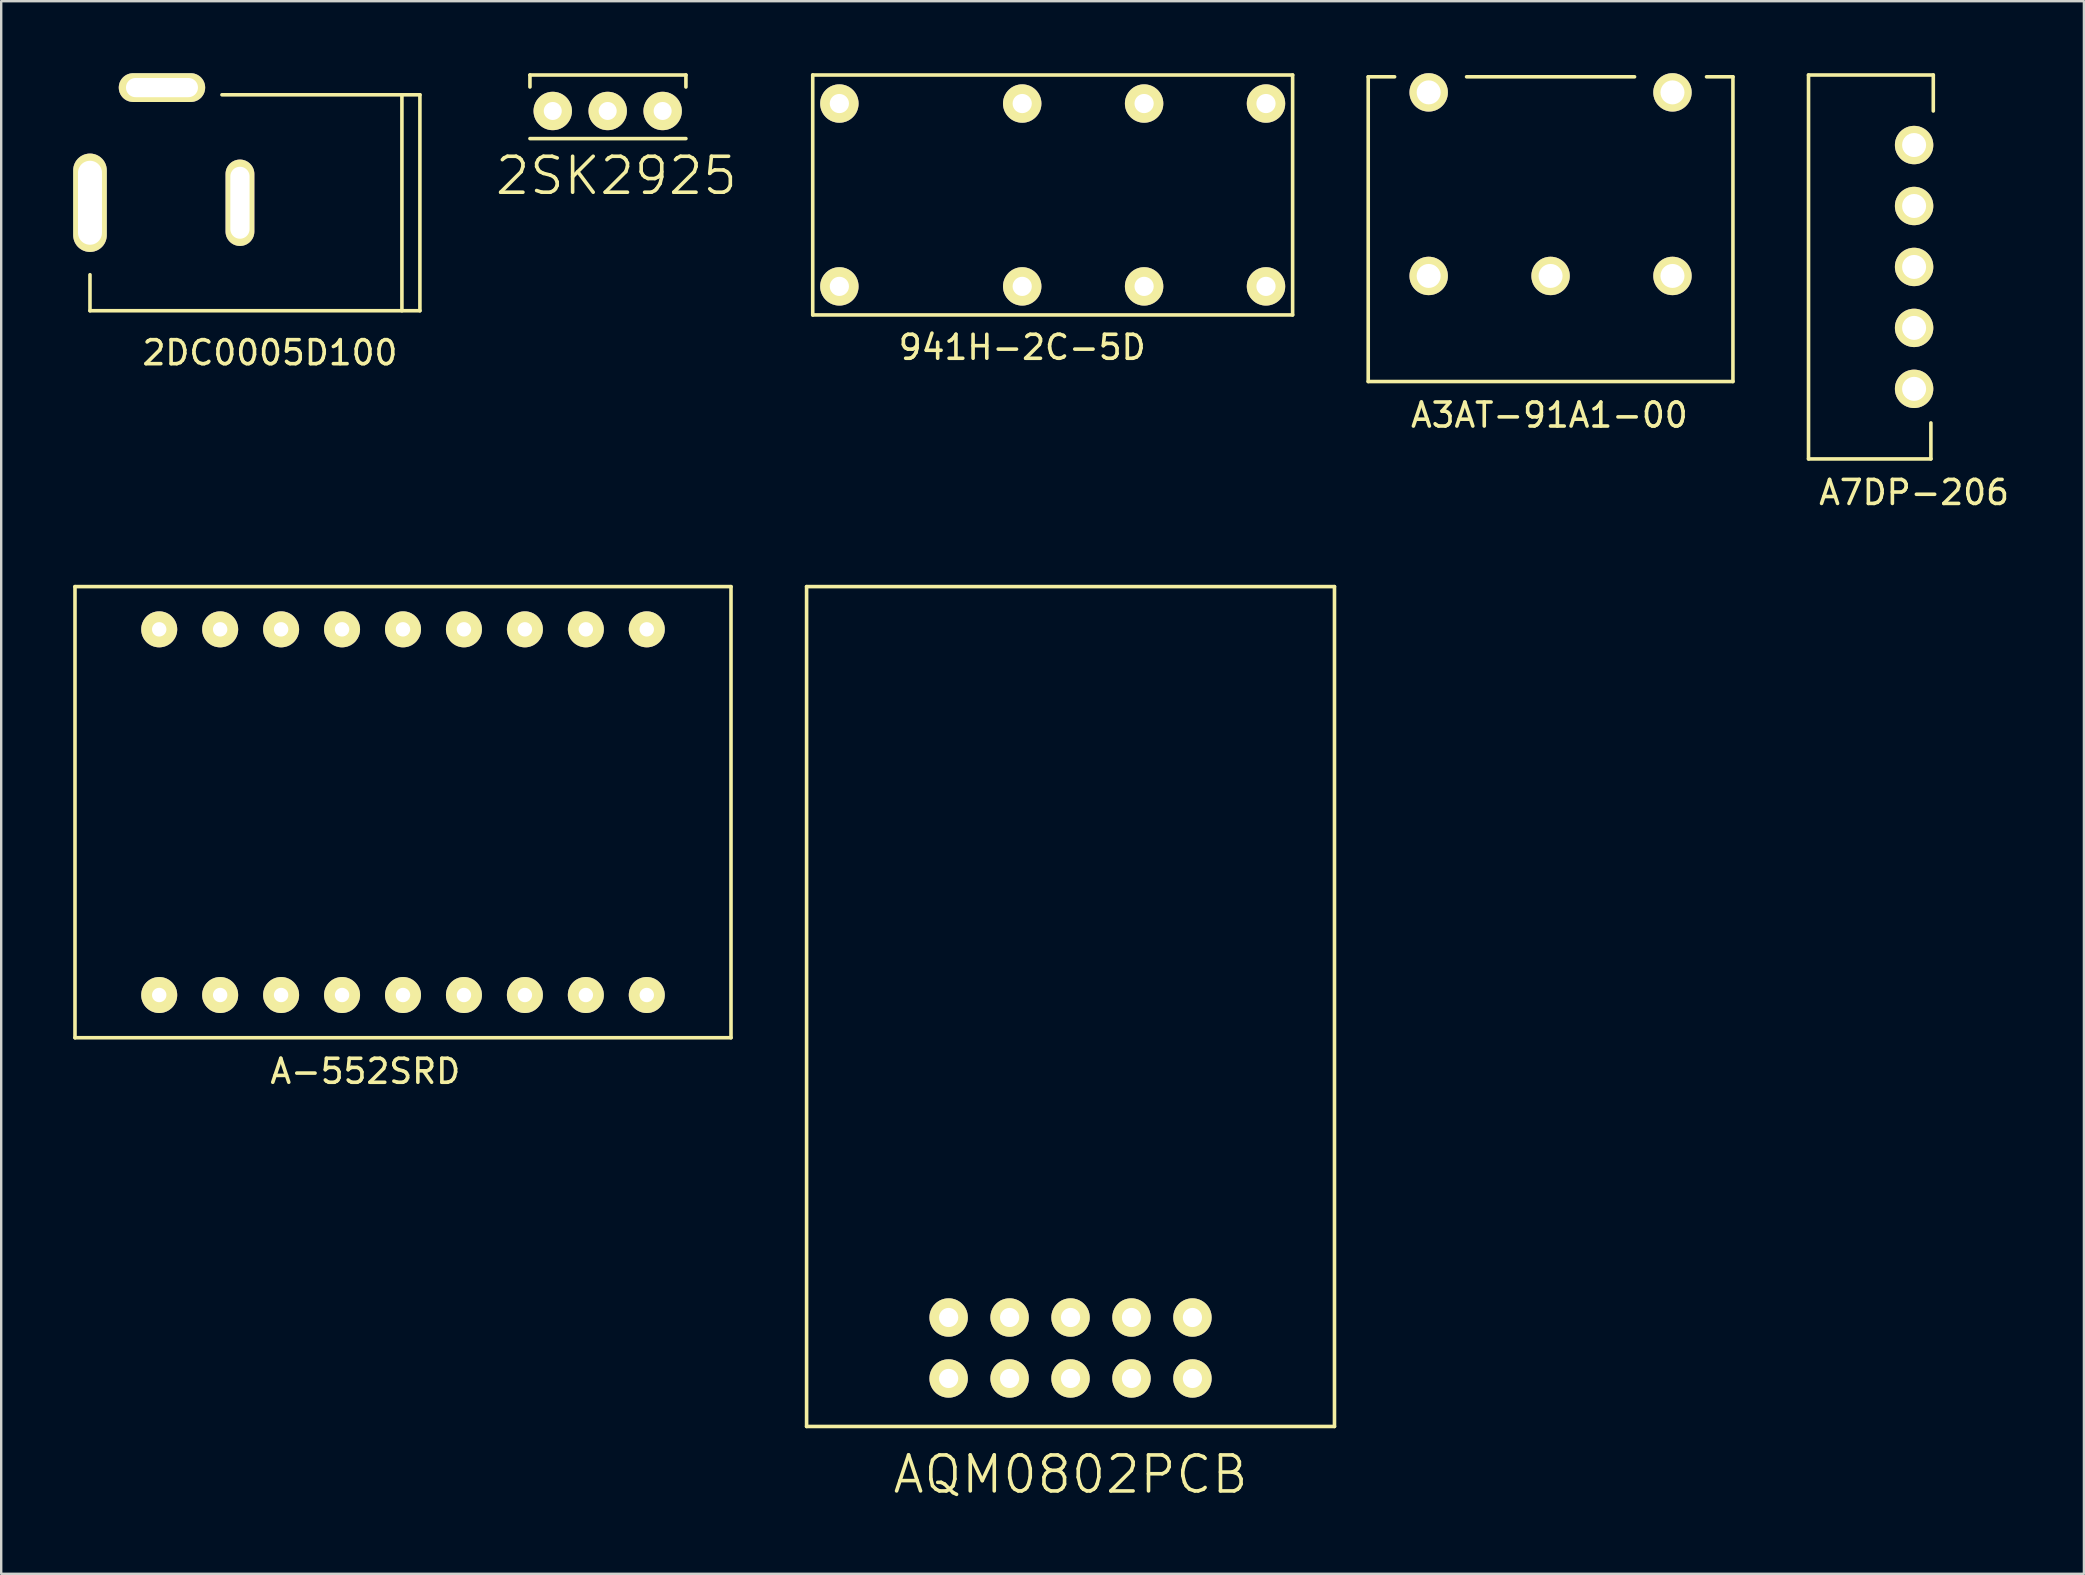
<source format=kicad_pcb>
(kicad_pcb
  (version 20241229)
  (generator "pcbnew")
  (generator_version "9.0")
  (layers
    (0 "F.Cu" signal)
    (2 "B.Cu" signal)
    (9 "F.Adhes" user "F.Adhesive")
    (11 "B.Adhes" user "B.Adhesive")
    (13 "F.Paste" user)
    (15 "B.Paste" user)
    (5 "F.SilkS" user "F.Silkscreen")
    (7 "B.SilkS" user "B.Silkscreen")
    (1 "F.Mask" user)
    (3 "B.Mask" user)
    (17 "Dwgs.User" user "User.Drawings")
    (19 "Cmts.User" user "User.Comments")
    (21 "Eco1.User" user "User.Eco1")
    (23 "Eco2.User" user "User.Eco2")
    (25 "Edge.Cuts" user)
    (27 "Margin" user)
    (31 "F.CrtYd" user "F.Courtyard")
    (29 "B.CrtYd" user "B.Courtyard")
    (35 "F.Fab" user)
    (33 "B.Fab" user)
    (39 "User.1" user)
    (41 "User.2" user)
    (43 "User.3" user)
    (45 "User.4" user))
  (footprint "A3AT-91A1-00"
    (layer "F.Cu")
    (at 61.571 6.5)
    (property "Reference" "A3AT-91A1-00" (at -0.05 7.75 0) (layer "F.SilkS") (effects (font (size 1 1) (thickness 0.15))))
    (attr through_hole)
    (fp_line (start -7.6 -6.35) (end -7.6 6.35) (stroke (width 0.15) (type solid)) (layer "F.SilkS"))
    (fp_line (start -7.6 -6.35) (end -6.5 -6.35) (stroke (width 0.15) (type solid)) (layer "F.SilkS"))
    (fp_line (start -7.6 6.35) (end 7.6 6.35) (stroke (width 0.15) (type solid)) (layer "F.SilkS"))
    (fp_line (start 3.5 -6.35) (end -3.5 -6.35) (stroke (width 0.15) (type solid)) (layer "F.SilkS"))
    (fp_line (start 7.6 -6.35) (end 6.5 -6.35) (stroke (width 0.15) (type solid)) (layer "F.SilkS"))
    (fp_line (start 7.6 6.35) (end 7.6 -6.35) (stroke (width 0.15) (type solid)) (layer "F.SilkS"))
    (pad "1" thru_hole circle (at -5.08 1.95) (size 1.6 1.6) (drill 1) (layers "*.Cu" "*.Mask" "F.SilkS"))
    (pad "2" thru_hole circle (at 0 1.95) (size 1.6 1.6) (drill 1) (layers "*.Cu" "*.Mask" "F.SilkS"))
    (pad "3" thru_hole circle (at 5.08 1.95) (size 1.6 1.6) (drill 1) (layers "*.Cu" "*.Mask" "F.SilkS"))
    (pad "4" thru_hole circle (at 5.08 -5.7) (size 1.6 1.6) (drill 1) (layers "*.Cu" "*.Mask" "F.SilkS"))
    (pad "5" thru_hole circle (at -5.08 -5.7) (size 1.6 1.6) (drill 1) (layers "*.Cu" "*.Mask" "F.SilkS")))
  (footprint "AQM0802PCB"
    (layer "F.Cu")
    (at 41.565 54.398)
    (property "Reference" "AQM0802PCB" (at 0 4 0) (layer "F.SilkS") (effects (font (size 1.5 1.5) (thickness 0.15))))
    (attr through_hole)
    (fp_line (start -11 -33) (end -11 2) (stroke (width 0.15) (type solid)) (layer "F.SilkS"))
    (fp_line (start -11 2) (end 11 2) (stroke (width 0.15) (type solid)) (layer "F.SilkS"))
    (fp_line (start 11 -33) (end -11 -33) (stroke (width 0.15) (type solid)) (layer "F.SilkS"))
    (fp_line (start 11 2) (end 11 -33) (stroke (width 0.15) (type solid)) (layer "F.SilkS"))
    (pad "1" thru_hole circle (at -5.08 0) (size 1.6 1.6) (drill 0.8) (layers "*.Cu" "*.Mask" "F.SilkS"))
    (pad "2" thru_hole circle (at -2.54 0) (size 1.6 1.6) (drill 0.8) (layers "*.Cu" "*.Mask" "F.SilkS"))
    (pad "3" thru_hole circle (at 0 0) (size 1.6 1.6) (drill 0.8) (layers "*.Cu" "*.Mask" "F.SilkS"))
    (pad "4" thru_hole circle (at 2.54 0) (size 1.6 1.6) (drill 0.8) (layers "*.Cu" "*.Mask" "F.SilkS"))
    (pad "5" thru_hole circle (at 5.08 0) (size 1.6 1.6) (drill 0.8) (layers "*.Cu" "*.Mask" "F.SilkS"))
    (pad "6" thru_hole circle (at 5.08 -2.54) (size 1.6 1.6) (drill 0.8) (layers "*.Cu" "*.Mask" "F.SilkS"))
    (pad "7" thru_hole circle (at 2.54 -2.54) (size 1.6 1.6) (drill 0.8) (layers "*.Cu" "*.Mask" "F.SilkS"))
    (pad "8" thru_hole circle (at 0 -2.54) (size 1.6 1.6) (drill 0.8) (layers "*.Cu" "*.Mask" "F.SilkS"))
    (pad "9" thru_hole circle (at -2.54 -2.54) (size 1.6 1.6) (drill 0.8) (layers "*.Cu" "*.Mask" "F.SilkS"))
    (pad "10" thru_hole circle (at -5.08 -2.54) (size 1.6 1.6) (drill 0.8) (layers "*.Cu" "*.Mask" "F.SilkS")))
  (footprint "2SK2925"
    (layer "F.Cu")
    (at 22.286 1.575)
    (property "Reference" "2SK2925" (at 0.35 2.7 0) (layer "F.SilkS") (effects (font (size 1.5 1.5) (thickness 0.15))))
    (attr through_hole)
    (fp_line (start -3.25 -1.5) (end -3.25 -1) (stroke (width 0.15) (type solid)) (layer "F.SilkS"))
    (fp_line (start -3.25 -1.5) (end 3.25 -1.5) (stroke (width 0.15) (type solid)) (layer "F.SilkS"))
    (fp_line (start -3.25 1.15) (end 3.25 1.15) (stroke (width 0.15) (type solid)) (layer "F.SilkS"))
    (fp_line (start 3.25 -1.5) (end 3.25 -1) (stroke (width 0.15) (type solid)) (layer "F.SilkS"))
    (pad "1" thru_hole circle (at -2.3 0) (size 1.6 1.6) (drill 0.75) (layers "*.Cu" "*.Mask" "F.SilkS"))
    (pad "2" thru_hole circle (at -0.01 0) (size 1.6 1.6) (drill 0.75) (layers "*.Cu" "*.Mask" "F.SilkS"))
    (pad "3" thru_hole circle (at 2.28 0) (size 1.6 1.6) (drill 0.75) (layers "*.Cu" "*.Mask" "F.SilkS")))
  (footprint "941H-2C-5D"
    (layer "F.Cu")
    (at 40.821 5.075)
    (property "Reference" "941H-2C-5D" (at -1.27 6.35 0) (layer "F.SilkS") (effects (font (size 1 1) (thickness 0.15))))
    (attr through_hole)
    (fp_line (start -10 -5) (end -10 5) (stroke (width 0.15) (type solid)) (layer "F.SilkS"))
    (fp_line (start -10 5) (end 10 5) (stroke (width 0.15) (type solid)) (layer "F.SilkS"))
    (fp_line (start 10 -5) (end -10 -5) (stroke (width 0.15) (type solid)) (layer "F.SilkS"))
    (fp_line (start 10 5) (end 10 -5) (stroke (width 0.15) (type solid)) (layer "F.SilkS"))
    (pad "1" thru_hole circle (at -8.89 3.81) (size 1.6 1.6) (drill 0.8) (layers "*.Cu" "*.Mask" "F.SilkS"))
    (pad "4" thru_hole circle (at -1.27 3.81) (size 1.6 1.6) (drill 0.8) (layers "*.Cu" "*.Mask" "F.SilkS"))
    (pad "6" thru_hole circle (at 3.81 3.81) (size 1.6 1.6) (drill 0.8) (layers "*.Cu" "*.Mask" "F.SilkS"))
    (pad "8" thru_hole circle (at 8.89 3.81) (size 1.6 1.6) (drill 0.8) (layers "*.Cu" "*.Mask" "F.SilkS"))
    (pad "9" thru_hole circle (at 8.89 -3.81) (size 1.6 1.6) (drill 0.8) (layers "*.Cu" "*.Mask" "F.SilkS"))
    (pad "11" thru_hole circle (at 3.81 -3.81) (size 1.6 1.6) (drill 0.8) (layers "*.Cu" "*.Mask" "F.SilkS"))
    (pad "13" thru_hole circle (at -1.27 -3.81) (size 1.6 1.6) (drill 0.8) (layers "*.Cu" "*.Mask" "F.SilkS"))
    (pad "16" thru_hole circle (at -8.89 -3.81) (size 1.6 1.6) (drill 0.8) (layers "*.Cu" "*.Mask" "F.SilkS")))
  (footprint "A7DP-206"
    (layer "F.Cu")
    (at 76.721 8.075)
    (property "Reference" "A7DP-206" (at 0 9.4 0) (layer "F.SilkS") (effects (font (size 1 1) (thickness 0.15))))
    (attr through_hole)
    (fp_line (start -4.4 -8) (end 0.8 -8) (stroke (width 0.15) (type solid)) (layer "F.SilkS"))
    (fp_line (start -4.4 8) (end -4.4 -8) (stroke (width 0.15) (type solid)) (layer "F.SilkS"))
    (fp_line (start 0.7 8) (end -4.4 8) (stroke (width 0.15) (type solid)) (layer "F.SilkS"))
    (fp_line (start 0.7 8) (end 0.7 6.5) (stroke (width 0.15) (type solid)) (layer "F.SilkS"))
    (fp_line (start 0.8 -8) (end 0.8 -6.5) (stroke (width 0.15) (type solid)) (layer "F.SilkS"))
    (pad "1" thru_hole circle (at 0 5.08) (size 1.6 1.6) (drill 1) (layers "*.Cu" "*.Mask" "F.SilkS"))
    (pad "2" thru_hole circle (at 0 2.54) (size 1.6 1.6) (drill 1) (layers "*.Cu" "*.Mask" "F.SilkS"))
    (pad "3" thru_hole circle (at 0 0) (size 1.6 1.6) (drill 1) (layers "*.Cu" "*.Mask" "F.SilkS"))
    (pad "4" thru_hole circle (at 0 -2.54) (size 1.6 1.6) (drill 1) (layers "*.Cu" "*.Mask" "F.SilkS"))
    (pad "5" thru_hole circle (at 0 -5.08) (size 1.6 1.6) (drill 1) (layers "*.Cu" "*.Mask" "F.SilkS")))
  (footprint "2DC0005D100"
    (layer "F.Cu")
    (at 3.7 5.4)
    (property "Reference" "2DC0005D100" (at 4.5 6.25 0) (layer "F.SilkS") (effects (font (size 1 1) (thickness 0.15))))
    (attr through_hole)
    (fp_line (start -3 4.5) (end -3 3) (stroke (width 0.15) (type solid)) (layer "F.SilkS"))
    (fp_line (start 10 -4.5) (end 10 4.5) (stroke (width 0.15) (type solid)) (layer "F.SilkS"))
    (fp_line (start 10.75 -4.5) (end 2.5 -4.5) (stroke (width 0.15) (type solid)) (layer "F.SilkS"))
    (fp_line (start 10.75 -4.5) (end 10.75 4.5) (stroke (width 0.15) (type solid)) (layer "F.SilkS"))
    (fp_line (start 10.75 4.5) (end -3 4.5) (stroke (width 0.15) (type solid)) (layer "F.SilkS"))
    (pad "1" thru_hole oval (at -3 0 90) (size 4.1 1.4) (drill oval 3.5 1) (layers "*.Cu" "*.Mask" "F.SilkS"))
    (pad "2" thru_hole oval (at 3.25 0 90) (size 3.6 1.2) (drill oval 3 0.8) (layers "*.Cu" "*.Mask" "F.SilkS"))
    (pad "3" thru_hole oval (at 0 -4.8) (size 3.6 1.2) (drill oval 3 0.8) (layers "*.Cu" "*.Mask" "F.SilkS")))
  (footprint "A-552SRD"
    (layer "F.Cu")
    (at 13.745 30.798)
    (property "Reference" "A-552SRD" (at -1.57 10.8 0) (layer "F.SilkS") (effects (font (size 1 1) (thickness 0.15))))
    (attr through_hole)
    (fp_line (start -13.67 -9.4) (end -13.67 9.4) (stroke (width 0.15) (type solid)) (layer "F.SilkS"))
    (fp_line (start -13.67 9.4) (end 13.67 9.4) (stroke (width 0.15) (type solid)) (layer "F.SilkS"))
    (fp_line (start 13.67 -9.4) (end -13.67 -9.4) (stroke (width 0.15) (type solid)) (layer "F.SilkS"))
    (fp_line (start 13.67 9.4) (end 13.67 -9.4) (stroke (width 0.15) (type solid)) (layer "F.SilkS"))
    (pad "1" thru_hole circle (at -10.16 7.62) (size 1.5 1.5) (drill 0.6) (layers "*.Cu" "*.Mask" "F.SilkS"))
    (pad "2" thru_hole circle (at -7.62 7.62) (size 1.5 1.5) (drill 0.6) (layers "*.Cu" "*.Mask" "F.SilkS"))
    (pad "3" thru_hole circle (at -5.08 7.62) (size 1.5 1.5) (drill 0.6) (layers "*.Cu" "*.Mask" "F.SilkS"))
    (pad "4" thru_hole circle (at -2.54 7.62) (size 1.5 1.5) (drill 0.6) (layers "*.Cu" "*.Mask" "F.SilkS"))
    (pad "5" thru_hole circle (at 0 7.62) (size 1.5 1.5) (drill 0.6) (layers "*.Cu" "*.Mask" "F.SilkS"))
    (pad "6" thru_hole circle (at 2.54 7.62) (size 1.5 1.5) (drill 0.6) (layers "*.Cu" "*.Mask" "F.SilkS"))
    (pad "7" thru_hole circle (at 5.08 7.62) (size 1.5 1.5) (drill 0.6) (layers "*.Cu" "*.Mask" "F.SilkS"))
    (pad "8" thru_hole circle (at 7.62 7.62) (size 1.5 1.5) (drill 0.6) (layers "*.Cu" "*.Mask" "F.SilkS"))
    (pad "9" thru_hole circle (at 10.16 7.62) (size 1.5 1.5) (drill 0.6) (layers "*.Cu" "*.Mask" "F.SilkS"))
    (pad "10" thru_hole circle (at 10.16 -7.62) (size 1.5 1.5) (drill 0.6) (layers "*.Cu" "*.Mask" "F.SilkS"))
    (pad "11" thru_hole circle (at 7.62 -7.62) (size 1.5 1.5) (drill 0.6) (layers "*.Cu" "*.Mask" "F.SilkS"))
    (pad "12" thru_hole circle (at 5.08 -7.62) (size 1.5 1.5) (drill 0.6) (layers "*.Cu" "*.Mask" "F.SilkS"))
    (pad "13" thru_hole circle (at 2.54 -7.62) (size 1.5 1.5) (drill 0.6) (layers "*.Cu" "*.Mask" "F.SilkS"))
    (pad "14" thru_hole circle (at 0 -7.62) (size 1.5 1.5) (drill 0.6) (layers "*.Cu" "*.Mask" "F.SilkS"))
    (pad "15" thru_hole circle (at -2.54 -7.62) (size 1.5 1.5) (drill 0.6) (layers "*.Cu" "*.Mask" "F.SilkS"))
    (pad "16" thru_hole circle (at -5.08 -7.62) (size 1.5 1.5) (drill 0.6) (layers "*.Cu" "*.Mask" "F.SilkS"))
    (pad "17" thru_hole circle (at -7.62 -7.62) (size 1.5 1.5) (drill 0.6) (layers "*.Cu" "*.Mask" "F.SilkS"))
    (pad "18" thru_hole circle (at -10.16 -7.62) (size 1.5 1.5) (drill 0.6) (layers "*.Cu" "*.Mask" "F.SilkS")))
  (gr_rect
    (start -3 -3)
    (end 83.799 62.539)
    (stroke (width 0.1) (type default))
    (fill no)
    (layer "Edge.Cuts")))
</source>
